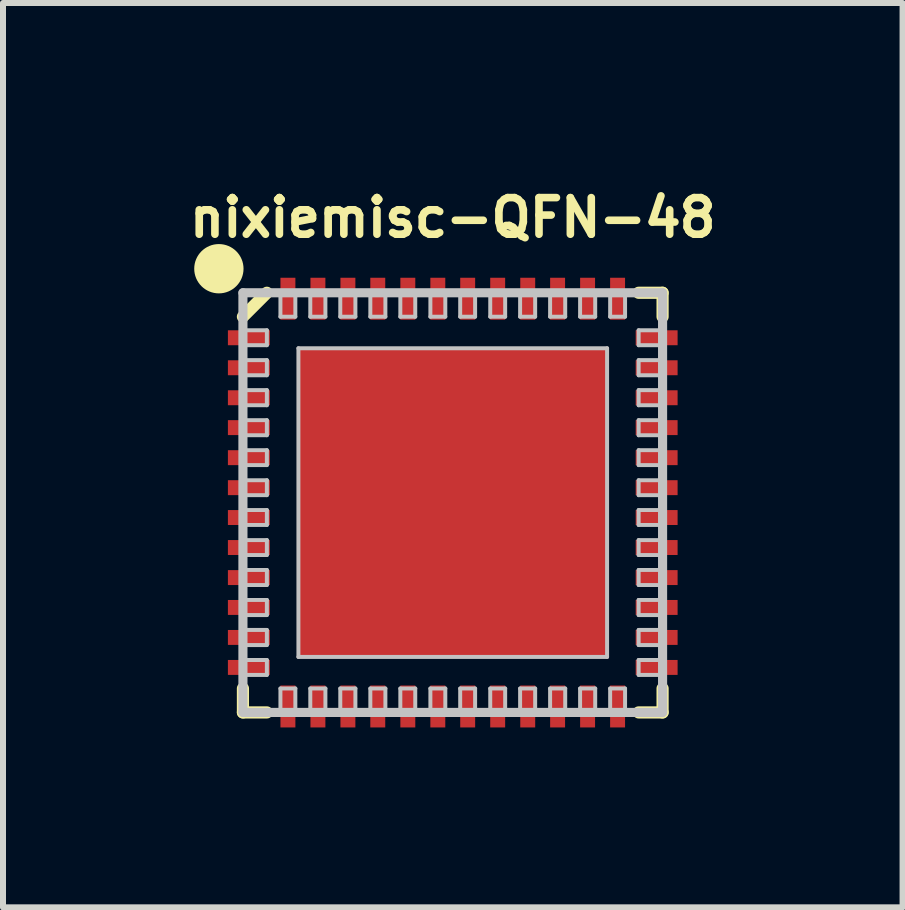
<source format=kicad_pcb>
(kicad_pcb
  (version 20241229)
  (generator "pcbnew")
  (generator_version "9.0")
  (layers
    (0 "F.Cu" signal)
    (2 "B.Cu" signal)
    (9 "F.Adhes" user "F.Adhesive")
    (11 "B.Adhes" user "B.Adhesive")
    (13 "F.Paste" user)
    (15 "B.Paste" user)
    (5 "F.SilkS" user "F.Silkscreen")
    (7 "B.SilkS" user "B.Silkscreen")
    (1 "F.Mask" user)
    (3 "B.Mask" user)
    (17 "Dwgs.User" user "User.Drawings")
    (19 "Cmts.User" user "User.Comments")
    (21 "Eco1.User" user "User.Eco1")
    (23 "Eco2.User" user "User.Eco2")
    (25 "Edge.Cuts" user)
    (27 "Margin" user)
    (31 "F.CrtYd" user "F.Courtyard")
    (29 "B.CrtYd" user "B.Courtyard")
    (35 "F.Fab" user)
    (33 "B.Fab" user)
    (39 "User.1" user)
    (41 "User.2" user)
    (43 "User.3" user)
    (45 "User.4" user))
  (footprint "nixiemisc-QFN-48"
    (layer "F.Cu")
    (at 4.498 5.329)
    (property "Reference" "nixiemisc-QFN-48" (at 0 -4.75 0) (layer "F.SilkS") (effects (font (size 0.61 0.61) (thickness 0.127))))
    (attr smd)
    (fp_line (start -3.498 -3.099) (end -3.099 -3.498) (stroke (width 0.203) (type solid)) (layer "F.SilkS"))
    (fp_line (start -3.498 3.498) (end -3.498 3.099) (stroke (width 0.203) (type solid)) (layer "F.SilkS"))
    (fp_line (start -3.099 3.498) (end -3.498 3.498) (stroke (width 0.203) (type solid)) (layer "F.SilkS"))
    (fp_line (start 3.099 -3.498) (end 3.498 -3.498) (stroke (width 0.203) (type solid)) (layer "F.SilkS"))
    (fp_line (start 3.498 -3.498) (end 3.498 -3.099) (stroke (width 0.203) (type solid)) (layer "F.SilkS"))
    (fp_line (start 3.498 3.099) (end 3.498 3.498) (stroke (width 0.203) (type solid)) (layer "F.SilkS"))
    (fp_line (start 3.498 3.498) (end 3.099 3.498) (stroke (width 0.203) (type solid)) (layer "F.SilkS"))
    (fp_circle (center -3.899 -3.899) (end -3.899 -4.31) (stroke (width 0) (type solid)) (fill yes) (layer "F.SilkS"))
    (fp_line (start -3.498 -3.498) (end -3.498 3.498) (stroke (width 0.152) (type solid)) (layer "Dwgs.User"))
    (fp_line (start -3.498 -2.873) (end -3.099 -2.873) (stroke (width 0.066) (type solid)) (layer "Dwgs.User"))
    (fp_line (start -3.498 -2.624) (end -3.498 -2.873) (stroke (width 0.066) (type solid)) (layer "Dwgs.User"))
    (fp_line (start -3.498 -2.624) (end -3.099 -2.624) (stroke (width 0.066) (type solid)) (layer "Dwgs.User"))
    (fp_line (start -3.498 -2.375) (end -3.099 -2.375) (stroke (width 0.066) (type solid)) (layer "Dwgs.User"))
    (fp_line (start -3.498 -2.123) (end -3.498 -2.375) (stroke (width 0.066) (type solid)) (layer "Dwgs.User"))
    (fp_line (start -3.498 -2.123) (end -3.099 -2.123) (stroke (width 0.066) (type solid)) (layer "Dwgs.User"))
    (fp_line (start -3.498 -1.875) (end -3.099 -1.875) (stroke (width 0.066) (type solid)) (layer "Dwgs.User"))
    (fp_line (start -3.498 -1.623) (end -3.498 -1.875) (stroke (width 0.066) (type solid)) (layer "Dwgs.User"))
    (fp_line (start -3.498 -1.623) (end -3.099 -1.623) (stroke (width 0.066) (type solid)) (layer "Dwgs.User"))
    (fp_line (start -3.498 -1.374) (end -3.099 -1.374) (stroke (width 0.066) (type solid)) (layer "Dwgs.User"))
    (fp_line (start -3.498 -1.123) (end -3.498 -1.374) (stroke (width 0.066) (type solid)) (layer "Dwgs.User"))
    (fp_line (start -3.498 -1.123) (end -3.099 -1.123) (stroke (width 0.066) (type solid)) (layer "Dwgs.User"))
    (fp_line (start -3.498 -0.874) (end -3.099 -0.874) (stroke (width 0.066) (type solid)) (layer "Dwgs.User"))
    (fp_line (start -3.498 -0.625) (end -3.498 -0.874) (stroke (width 0.066) (type solid)) (layer "Dwgs.User"))
    (fp_line (start -3.498 -0.625) (end -3.099 -0.625) (stroke (width 0.066) (type solid)) (layer "Dwgs.User"))
    (fp_line (start -3.498 -0.373) (end -3.099 -0.373) (stroke (width 0.066) (type solid)) (layer "Dwgs.User"))
    (fp_line (start -3.498 -0.124) (end -3.498 -0.373) (stroke (width 0.066) (type solid)) (layer "Dwgs.User"))
    (fp_line (start -3.498 -0.124) (end -3.099 -0.124) (stroke (width 0.066) (type solid)) (layer "Dwgs.User"))
    (fp_line (start -3.498 0.124) (end -3.099 0.124) (stroke (width 0.066) (type solid)) (layer "Dwgs.User"))
    (fp_line (start -3.498 0.373) (end -3.498 0.124) (stroke (width 0.066) (type solid)) (layer "Dwgs.User"))
    (fp_line (start -3.498 0.373) (end -3.099 0.373) (stroke (width 0.066) (type solid)) (layer "Dwgs.User"))
    (fp_line (start -3.498 0.625) (end -3.099 0.625) (stroke (width 0.066) (type solid)) (layer "Dwgs.User"))
    (fp_line (start -3.498 0.874) (end -3.498 0.625) (stroke (width 0.066) (type solid)) (layer "Dwgs.User"))
    (fp_line (start -3.498 0.874) (end -3.099 0.874) (stroke (width 0.066) (type solid)) (layer "Dwgs.User"))
    (fp_line (start -3.498 1.123) (end -3.099 1.123) (stroke (width 0.066) (type solid)) (layer "Dwgs.User"))
    (fp_line (start -3.498 1.374) (end -3.498 1.123) (stroke (width 0.066) (type solid)) (layer "Dwgs.User"))
    (fp_line (start -3.498 1.374) (end -3.099 1.374) (stroke (width 0.066) (type solid)) (layer "Dwgs.User"))
    (fp_line (start -3.498 1.623) (end -3.099 1.623) (stroke (width 0.066) (type solid)) (layer "Dwgs.User"))
    (fp_line (start -3.498 1.875) (end -3.498 1.623) (stroke (width 0.066) (type solid)) (layer "Dwgs.User"))
    (fp_line (start -3.498 1.875) (end -3.099 1.875) (stroke (width 0.066) (type solid)) (layer "Dwgs.User"))
    (fp_line (start -3.498 2.123) (end -3.099 2.123) (stroke (width 0.066) (type solid)) (layer "Dwgs.User"))
    (fp_line (start -3.498 2.375) (end -3.498 2.123) (stroke (width 0.066) (type solid)) (layer "Dwgs.User"))
    (fp_line (start -3.498 2.375) (end -3.099 2.375) (stroke (width 0.066) (type solid)) (layer "Dwgs.User"))
    (fp_line (start -3.498 2.624) (end -3.099 2.624) (stroke (width 0.066) (type solid)) (layer "Dwgs.User"))
    (fp_line (start -3.498 2.873) (end -3.498 2.624) (stroke (width 0.066) (type solid)) (layer "Dwgs.User"))
    (fp_line (start -3.498 2.873) (end -3.099 2.873) (stroke (width 0.066) (type solid)) (layer "Dwgs.User"))
    (fp_line (start -3.498 3.498) (end 3.498 3.498) (stroke (width 0.152) (type solid)) (layer "Dwgs.User"))
    (fp_line (start -3.099 -2.624) (end -3.099 -2.873) (stroke (width 0.066) (type solid)) (layer "Dwgs.User"))
    (fp_line (start -3.099 -2.123) (end -3.099 -2.375) (stroke (width 0.066) (type solid)) (layer "Dwgs.User"))
    (fp_line (start -3.099 -1.623) (end -3.099 -1.875) (stroke (width 0.066) (type solid)) (layer "Dwgs.User"))
    (fp_line (start -3.099 -1.123) (end -3.099 -1.374) (stroke (width 0.066) (type solid)) (layer "Dwgs.User"))
    (fp_line (start -3.099 -0.625) (end -3.099 -0.874) (stroke (width 0.066) (type solid)) (layer "Dwgs.User"))
    (fp_line (start -3.099 -0.124) (end -3.099 -0.373) (stroke (width 0.066) (type solid)) (layer "Dwgs.User"))
    (fp_line (start -3.099 0.373) (end -3.099 0.124) (stroke (width 0.066) (type solid)) (layer "Dwgs.User"))
    (fp_line (start -3.099 0.874) (end -3.099 0.625) (stroke (width 0.066) (type solid)) (layer "Dwgs.User"))
    (fp_line (start -3.099 1.374) (end -3.099 1.123) (stroke (width 0.066) (type solid)) (layer "Dwgs.User"))
    (fp_line (start -3.099 1.875) (end -3.099 1.623) (stroke (width 0.066) (type solid)) (layer "Dwgs.User"))
    (fp_line (start -3.099 2.375) (end -3.099 2.123) (stroke (width 0.066) (type solid)) (layer "Dwgs.User"))
    (fp_line (start -3.099 2.873) (end -3.099 2.624) (stroke (width 0.066) (type solid)) (layer "Dwgs.User"))
    (fp_line (start -2.873 -3.498) (end -2.873 -3.099) (stroke (width 0.066) (type solid)) (layer "Dwgs.User"))
    (fp_line (start -2.873 -3.498) (end -2.624 -3.498) (stroke (width 0.066) (type solid)) (layer "Dwgs.User"))
    (fp_line (start -2.873 -3.099) (end -2.624 -3.099) (stroke (width 0.066) (type solid)) (layer "Dwgs.User"))
    (fp_line (start -2.873 3.498) (end -2.873 3.099) (stroke (width 0.066) (type solid)) (layer "Dwgs.User"))
    (fp_line (start -2.624 -3.498) (end -2.624 -3.099) (stroke (width 0.066) (type solid)) (layer "Dwgs.User"))
    (fp_line (start -2.624 3.099) (end -2.873 3.099) (stroke (width 0.066) (type solid)) (layer "Dwgs.User"))
    (fp_line (start -2.624 3.498) (end -2.873 3.498) (stroke (width 0.066) (type solid)) (layer "Dwgs.User"))
    (fp_line (start -2.624 3.498) (end -2.624 3.099) (stroke (width 0.066) (type solid)) (layer "Dwgs.User"))
    (fp_line (start -2.573 -2.573) (end 2.573 -2.573) (stroke (width 0.066) (type solid)) (layer "Dwgs.User"))
    (fp_line (start -2.573 2.573) (end -2.573 -2.573) (stroke (width 0.066) (type solid)) (layer "Dwgs.User"))
    (fp_line (start -2.573 2.573) (end 2.573 2.573) (stroke (width 0.066) (type solid)) (layer "Dwgs.User"))
    (fp_line (start -2.375 -3.498) (end -2.375 -3.099) (stroke (width 0.066) (type solid)) (layer "Dwgs.User"))
    (fp_line (start -2.375 -3.498) (end -2.123 -3.498) (stroke (width 0.066) (type solid)) (layer "Dwgs.User"))
    (fp_line (start -2.375 -3.099) (end -2.123 -3.099) (stroke (width 0.066) (type solid)) (layer "Dwgs.User"))
    (fp_line (start -2.375 3.498) (end -2.375 3.099) (stroke (width 0.066) (type solid)) (layer "Dwgs.User"))
    (fp_line (start -2.123 -3.498) (end -2.123 -3.099) (stroke (width 0.066) (type solid)) (layer "Dwgs.User"))
    (fp_line (start -2.123 3.099) (end -2.375 3.099) (stroke (width 0.066) (type solid)) (layer "Dwgs.User"))
    (fp_line (start -2.123 3.498) (end -2.375 3.498) (stroke (width 0.066) (type solid)) (layer "Dwgs.User"))
    (fp_line (start -2.123 3.498) (end -2.123 3.099) (stroke (width 0.066) (type solid)) (layer "Dwgs.User"))
    (fp_line (start -1.875 -3.498) (end -1.875 -3.099) (stroke (width 0.066) (type solid)) (layer "Dwgs.User"))
    (fp_line (start -1.875 -3.498) (end -1.623 -3.498) (stroke (width 0.066) (type solid)) (layer "Dwgs.User"))
    (fp_line (start -1.875 -3.099) (end -1.623 -3.099) (stroke (width 0.066) (type solid)) (layer "Dwgs.User"))
    (fp_line (start -1.875 3.498) (end -1.875 3.099) (stroke (width 0.066) (type solid)) (layer "Dwgs.User"))
    (fp_line (start -1.623 -3.498) (end -1.623 -3.099) (stroke (width 0.066) (type solid)) (layer "Dwgs.User"))
    (fp_line (start -1.623 3.099) (end -1.875 3.099) (stroke (width 0.066) (type solid)) (layer "Dwgs.User"))
    (fp_line (start -1.623 3.498) (end -1.875 3.498) (stroke (width 0.066) (type solid)) (layer "Dwgs.User"))
    (fp_line (start -1.623 3.498) (end -1.623 3.099) (stroke (width 0.066) (type solid)) (layer "Dwgs.User"))
    (fp_line (start -1.374 -3.498) (end -1.374 -3.099) (stroke (width 0.066) (type solid)) (layer "Dwgs.User"))
    (fp_line (start -1.374 -3.498) (end -1.123 -3.498) (stroke (width 0.066) (type solid)) (layer "Dwgs.User"))
    (fp_line (start -1.374 -3.099) (end -1.123 -3.099) (stroke (width 0.066) (type solid)) (layer "Dwgs.User"))
    (fp_line (start -1.374 3.498) (end -1.374 3.099) (stroke (width 0.066) (type solid)) (layer "Dwgs.User"))
    (fp_line (start -1.123 -3.498) (end -1.123 -3.099) (stroke (width 0.066) (type solid)) (layer "Dwgs.User"))
    (fp_line (start -1.123 3.099) (end -1.374 3.099) (stroke (width 0.066) (type solid)) (layer "Dwgs.User"))
    (fp_line (start -1.123 3.498) (end -1.374 3.498) (stroke (width 0.066) (type solid)) (layer "Dwgs.User"))
    (fp_line (start -1.123 3.498) (end -1.123 3.099) (stroke (width 0.066) (type solid)) (layer "Dwgs.User"))
    (fp_line (start -0.874 -3.498) (end -0.874 -3.099) (stroke (width 0.066) (type solid)) (layer "Dwgs.User"))
    (fp_line (start -0.874 -3.498) (end -0.625 -3.498) (stroke (width 0.066) (type solid)) (layer "Dwgs.User"))
    (fp_line (start -0.874 -3.099) (end -0.625 -3.099) (stroke (width 0.066) (type solid)) (layer "Dwgs.User"))
    (fp_line (start -0.874 3.498) (end -0.874 3.099) (stroke (width 0.066) (type solid)) (layer "Dwgs.User"))
    (fp_line (start -0.625 -3.498) (end -0.625 -3.099) (stroke (width 0.066) (type solid)) (layer "Dwgs.User"))
    (fp_line (start -0.625 3.099) (end -0.874 3.099) (stroke (width 0.066) (type solid)) (layer "Dwgs.User"))
    (fp_line (start -0.625 3.498) (end -0.874 3.498) (stroke (width 0.066) (type solid)) (layer "Dwgs.User"))
    (fp_line (start -0.625 3.498) (end -0.625 3.099) (stroke (width 0.066) (type solid)) (layer "Dwgs.User"))
    (fp_line (start -0.373 -3.498) (end -0.373 -3.099) (stroke (width 0.066) (type solid)) (layer "Dwgs.User"))
    (fp_line (start -0.373 -3.498) (end -0.124 -3.498) (stroke (width 0.066) (type solid)) (layer "Dwgs.User"))
    (fp_line (start -0.373 -3.099) (end -0.124 -3.099) (stroke (width 0.066) (type solid)) (layer "Dwgs.User"))
    (fp_line (start -0.373 3.498) (end -0.373 3.099) (stroke (width 0.066) (type solid)) (layer "Dwgs.User"))
    (fp_line (start -0.124 -3.498) (end -0.124 -3.099) (stroke (width 0.066) (type solid)) (layer "Dwgs.User"))
    (fp_line (start -0.124 3.099) (end -0.373 3.099) (stroke (width 0.066) (type solid)) (layer "Dwgs.User"))
    (fp_line (start -0.124 3.498) (end -0.373 3.498) (stroke (width 0.066) (type solid)) (layer "Dwgs.User"))
    (fp_line (start -0.124 3.498) (end -0.124 3.099) (stroke (width 0.066) (type solid)) (layer "Dwgs.User"))
    (fp_line (start 0.124 -3.498) (end 0.124 -3.099) (stroke (width 0.066) (type solid)) (layer "Dwgs.User"))
    (fp_line (start 0.124 -3.498) (end 0.373 -3.498) (stroke (width 0.066) (type solid)) (layer "Dwgs.User"))
    (fp_line (start 0.124 -3.099) (end 0.373 -3.099) (stroke (width 0.066) (type solid)) (layer "Dwgs.User"))
    (fp_line (start 0.124 3.498) (end 0.124 3.099) (stroke (width 0.066) (type solid)) (layer "Dwgs.User"))
    (fp_line (start 0.373 -3.498) (end 0.373 -3.099) (stroke (width 0.066) (type solid)) (layer "Dwgs.User"))
    (fp_line (start 0.373 3.099) (end 0.124 3.099) (stroke (width 0.066) (type solid)) (layer "Dwgs.User"))
    (fp_line (start 0.373 3.498) (end 0.124 3.498) (stroke (width 0.066) (type solid)) (layer "Dwgs.User"))
    (fp_line (start 0.373 3.498) (end 0.373 3.099) (stroke (width 0.066) (type solid)) (layer "Dwgs.User"))
    (fp_line (start 0.625 -3.498) (end 0.625 -3.099) (stroke (width 0.066) (type solid)) (layer "Dwgs.User"))
    (fp_line (start 0.625 -3.498) (end 0.874 -3.498) (stroke (width 0.066) (type solid)) (layer "Dwgs.User"))
    (fp_line (start 0.625 -3.099) (end 0.874 -3.099) (stroke (width 0.066) (type solid)) (layer "Dwgs.User"))
    (fp_line (start 0.625 3.498) (end 0.625 3.099) (stroke (width 0.066) (type solid)) (layer "Dwgs.User"))
    (fp_line (start 0.874 -3.498) (end 0.874 -3.099) (stroke (width 0.066) (type solid)) (layer "Dwgs.User"))
    (fp_line (start 0.874 3.099) (end 0.625 3.099) (stroke (width 0.066) (type solid)) (layer "Dwgs.User"))
    (fp_line (start 0.874 3.498) (end 0.625 3.498) (stroke (width 0.066) (type solid)) (layer "Dwgs.User"))
    (fp_line (start 0.874 3.498) (end 0.874 3.099) (stroke (width 0.066) (type solid)) (layer "Dwgs.User"))
    (fp_line (start 1.123 -3.498) (end 1.123 -3.099) (stroke (width 0.066) (type solid)) (layer "Dwgs.User"))
    (fp_line (start 1.123 -3.498) (end 1.374 -3.498) (stroke (width 0.066) (type solid)) (layer "Dwgs.User"))
    (fp_line (start 1.123 -3.099) (end 1.374 -3.099) (stroke (width 0.066) (type solid)) (layer "Dwgs.User"))
    (fp_line (start 1.123 3.498) (end 1.123 3.099) (stroke (width 0.066) (type solid)) (layer "Dwgs.User"))
    (fp_line (start 1.374 -3.498) (end 1.374 -3.099) (stroke (width 0.066) (type solid)) (layer "Dwgs.User"))
    (fp_line (start 1.374 3.099) (end 1.123 3.099) (stroke (width 0.066) (type solid)) (layer "Dwgs.User"))
    (fp_line (start 1.374 3.498) (end 1.123 3.498) (stroke (width 0.066) (type solid)) (layer "Dwgs.User"))
    (fp_line (start 1.374 3.498) (end 1.374 3.099) (stroke (width 0.066) (type solid)) (layer "Dwgs.User"))
    (fp_line (start 1.623 -3.498) (end 1.623 -3.099) (stroke (width 0.066) (type solid)) (layer "Dwgs.User"))
    (fp_line (start 1.623 -3.498) (end 1.875 -3.498) (stroke (width 0.066) (type solid)) (layer "Dwgs.User"))
    (fp_line (start 1.623 -3.099) (end 1.875 -3.099) (stroke (width 0.066) (type solid)) (layer "Dwgs.User"))
    (fp_line (start 1.623 3.498) (end 1.623 3.099) (stroke (width 0.066) (type solid)) (layer "Dwgs.User"))
    (fp_line (start 1.875 -3.498) (end 1.875 -3.099) (stroke (width 0.066) (type solid)) (layer "Dwgs.User"))
    (fp_line (start 1.875 3.099) (end 1.623 3.099) (stroke (width 0.066) (type solid)) (layer "Dwgs.User"))
    (fp_line (start 1.875 3.498) (end 1.623 3.498) (stroke (width 0.066) (type solid)) (layer "Dwgs.User"))
    (fp_line (start 1.875 3.498) (end 1.875 3.099) (stroke (width 0.066) (type solid)) (layer "Dwgs.User"))
    (fp_line (start 2.123 -3.498) (end 2.123 -3.099) (stroke (width 0.066) (type solid)) (layer "Dwgs.User"))
    (fp_line (start 2.123 -3.498) (end 2.375 -3.498) (stroke (width 0.066) (type solid)) (layer "Dwgs.User"))
    (fp_line (start 2.123 -3.099) (end 2.375 -3.099) (stroke (width 0.066) (type solid)) (layer "Dwgs.User"))
    (fp_line (start 2.123 3.498) (end 2.123 3.099) (stroke (width 0.066) (type solid)) (layer "Dwgs.User"))
    (fp_line (start 2.375 -3.498) (end 2.375 -3.099) (stroke (width 0.066) (type solid)) (layer "Dwgs.User"))
    (fp_line (start 2.375 3.099) (end 2.123 3.099) (stroke (width 0.066) (type solid)) (layer "Dwgs.User"))
    (fp_line (start 2.375 3.498) (end 2.123 3.498) (stroke (width 0.066) (type solid)) (layer "Dwgs.User"))
    (fp_line (start 2.375 3.498) (end 2.375 3.099) (stroke (width 0.066) (type solid)) (layer "Dwgs.User"))
    (fp_line (start 2.573 2.573) (end 2.573 -2.573) (stroke (width 0.066) (type solid)) (layer "Dwgs.User"))
    (fp_line (start 2.624 -3.498) (end 2.624 -3.099) (stroke (width 0.066) (type solid)) (layer "Dwgs.User"))
    (fp_line (start 2.624 -3.498) (end 2.873 -3.498) (stroke (width 0.066) (type solid)) (layer "Dwgs.User"))
    (fp_line (start 2.624 -3.099) (end 2.873 -3.099) (stroke (width 0.066) (type solid)) (layer "Dwgs.User"))
    (fp_line (start 2.624 3.498) (end 2.624 3.099) (stroke (width 0.066) (type solid)) (layer "Dwgs.User"))
    (fp_line (start 2.873 -3.498) (end 2.873 -3.099) (stroke (width 0.066) (type solid)) (layer "Dwgs.User"))
    (fp_line (start 2.873 3.099) (end 2.624 3.099) (stroke (width 0.066) (type solid)) (layer "Dwgs.User"))
    (fp_line (start 2.873 3.498) (end 2.624 3.498) (stroke (width 0.066) (type solid)) (layer "Dwgs.User"))
    (fp_line (start 2.873 3.498) (end 2.873 3.099) (stroke (width 0.066) (type solid)) (layer "Dwgs.User"))
    (fp_line (start 3.099 -2.873) (end 3.099 -2.624) (stroke (width 0.066) (type solid)) (layer "Dwgs.User"))
    (fp_line (start 3.099 -2.375) (end 3.099 -2.123) (stroke (width 0.066) (type solid)) (layer "Dwgs.User"))
    (fp_line (start 3.099 -1.875) (end 3.099 -1.623) (stroke (width 0.066) (type solid)) (layer "Dwgs.User"))
    (fp_line (start 3.099 -1.374) (end 3.099 -1.123) (stroke (width 0.066) (type solid)) (layer "Dwgs.User"))
    (fp_line (start 3.099 -0.874) (end 3.099 -0.625) (stroke (width 0.066) (type solid)) (layer "Dwgs.User"))
    (fp_line (start 3.099 -0.373) (end 3.099 -0.124) (stroke (width 0.066) (type solid)) (layer "Dwgs.User"))
    (fp_line (start 3.099 0.124) (end 3.099 0.373) (stroke (width 0.066) (type solid)) (layer "Dwgs.User"))
    (fp_line (start 3.099 0.625) (end 3.099 0.874) (stroke (width 0.066) (type solid)) (layer "Dwgs.User"))
    (fp_line (start 3.099 1.123) (end 3.099 1.374) (stroke (width 0.066) (type solid)) (layer "Dwgs.User"))
    (fp_line (start 3.099 1.623) (end 3.099 1.875) (stroke (width 0.066) (type solid)) (layer "Dwgs.User"))
    (fp_line (start 3.099 2.123) (end 3.099 2.375) (stroke (width 0.066) (type solid)) (layer "Dwgs.User"))
    (fp_line (start 3.099 2.624) (end 3.099 2.873) (stroke (width 0.066) (type solid)) (layer "Dwgs.User"))
    (fp_line (start 3.498 -3.498) (end -3.498 -3.498) (stroke (width 0.152) (type solid)) (layer "Dwgs.User"))
    (fp_line (start 3.498 -2.873) (end 3.099 -2.873) (stroke (width 0.066) (type solid)) (layer "Dwgs.User"))
    (fp_line (start 3.498 -2.873) (end 3.498 -2.624) (stroke (width 0.066) (type solid)) (layer "Dwgs.User"))
    (fp_line (start 3.498 -2.624) (end 3.099 -2.624) (stroke (width 0.066) (type solid)) (layer "Dwgs.User"))
    (fp_line (start 3.498 -2.375) (end 3.099 -2.375) (stroke (width 0.066) (type solid)) (layer "Dwgs.User"))
    (fp_line (start 3.498 -2.375) (end 3.498 -2.123) (stroke (width 0.066) (type solid)) (layer "Dwgs.User"))
    (fp_line (start 3.498 -2.123) (end 3.099 -2.123) (stroke (width 0.066) (type solid)) (layer "Dwgs.User"))
    (fp_line (start 3.498 -1.875) (end 3.099 -1.875) (stroke (width 0.066) (type solid)) (layer "Dwgs.User"))
    (fp_line (start 3.498 -1.875) (end 3.498 -1.623) (stroke (width 0.066) (type solid)) (layer "Dwgs.User"))
    (fp_line (start 3.498 -1.623) (end 3.099 -1.623) (stroke (width 0.066) (type solid)) (layer "Dwgs.User"))
    (fp_line (start 3.498 -1.374) (end 3.099 -1.374) (stroke (width 0.066) (type solid)) (layer "Dwgs.User"))
    (fp_line (start 3.498 -1.374) (end 3.498 -1.123) (stroke (width 0.066) (type solid)) (layer "Dwgs.User"))
    (fp_line (start 3.498 -1.123) (end 3.099 -1.123) (stroke (width 0.066) (type solid)) (layer "Dwgs.User"))
    (fp_line (start 3.498 -0.874) (end 3.099 -0.874) (stroke (width 0.066) (type solid)) (layer "Dwgs.User"))
    (fp_line (start 3.498 -0.874) (end 3.498 -0.625) (stroke (width 0.066) (type solid)) (layer "Dwgs.User"))
    (fp_line (start 3.498 -0.625) (end 3.099 -0.625) (stroke (width 0.066) (type solid)) (layer "Dwgs.User"))
    (fp_line (start 3.498 -0.373) (end 3.099 -0.373) (stroke (width 0.066) (type solid)) (layer "Dwgs.User"))
    (fp_line (start 3.498 -0.373) (end 3.498 -0.124) (stroke (width 0.066) (type solid)) (layer "Dwgs.User"))
    (fp_line (start 3.498 -0.124) (end 3.099 -0.124) (stroke (width 0.066) (type solid)) (layer "Dwgs.User"))
    (fp_line (start 3.498 0.124) (end 3.099 0.124) (stroke (width 0.066) (type solid)) (layer "Dwgs.User"))
    (fp_line (start 3.498 0.124) (end 3.498 0.373) (stroke (width 0.066) (type solid)) (layer "Dwgs.User"))
    (fp_line (start 3.498 0.373) (end 3.099 0.373) (stroke (width 0.066) (type solid)) (layer "Dwgs.User"))
    (fp_line (start 3.498 0.625) (end 3.099 0.625) (stroke (width 0.066) (type solid)) (layer "Dwgs.User"))
    (fp_line (start 3.498 0.625) (end 3.498 0.874) (stroke (width 0.066) (type solid)) (layer "Dwgs.User"))
    (fp_line (start 3.498 0.874) (end 3.099 0.874) (stroke (width 0.066) (type solid)) (layer "Dwgs.User"))
    (fp_line (start 3.498 1.123) (end 3.099 1.123) (stroke (width 0.066) (type solid)) (layer "Dwgs.User"))
    (fp_line (start 3.498 1.123) (end 3.498 1.374) (stroke (width 0.066) (type solid)) (layer "Dwgs.User"))
    (fp_line (start 3.498 1.374) (end 3.099 1.374) (stroke (width 0.066) (type solid)) (layer "Dwgs.User"))
    (fp_line (start 3.498 1.623) (end 3.099 1.623) (stroke (width 0.066) (type solid)) (layer "Dwgs.User"))
    (fp_line (start 3.498 1.623) (end 3.498 1.875) (stroke (width 0.066) (type solid)) (layer "Dwgs.User"))
    (fp_line (start 3.498 1.875) (end 3.099 1.875) (stroke (width 0.066) (type solid)) (layer "Dwgs.User"))
    (fp_line (start 3.498 2.123) (end 3.099 2.123) (stroke (width 0.066) (type solid)) (layer "Dwgs.User"))
    (fp_line (start 3.498 2.123) (end 3.498 2.375) (stroke (width 0.066) (type solid)) (layer "Dwgs.User"))
    (fp_line (start 3.498 2.375) (end 3.099 2.375) (stroke (width 0.066) (type solid)) (layer "Dwgs.User"))
    (fp_line (start 3.498 2.624) (end 3.099 2.624) (stroke (width 0.066) (type solid)) (layer "Dwgs.User"))
    (fp_line (start 3.498 2.624) (end 3.498 2.873) (stroke (width 0.066) (type solid)) (layer "Dwgs.User"))
    (fp_line (start 3.498 2.873) (end 3.099 2.873) (stroke (width 0.066) (type solid)) (layer "Dwgs.User"))
    (fp_line (start 3.498 3.498) (end 3.498 -3.498) (stroke (width 0.152) (type solid)) (layer "Dwgs.User"))
    (pad "1" smd rect (at -3.399 -2.748) (size 0.699 0.249) (layers "F.Cu" "F.Mask" "F.Paste"))
    (pad "2" smd rect (at -3.399 -2.248) (size 0.699 0.249) (layers "F.Cu" "F.Mask" "F.Paste"))
    (pad "3" smd rect (at -3.399 -1.748) (size 0.699 0.249) (layers "F.Cu" "F.Mask" "F.Paste"))
    (pad "4" smd rect (at -3.399 -1.25) (size 0.699 0.249) (layers "F.Cu" "F.Mask" "F.Paste"))
    (pad "5" smd rect (at -3.399 -0.749) (size 0.699 0.249) (layers "F.Cu" "F.Mask" "F.Paste"))
    (pad "6" smd rect (at -3.399 -0.249) (size 0.699 0.249) (layers "F.Cu" "F.Mask" "F.Paste"))
    (pad "7" smd rect (at -3.399 0.249) (size 0.699 0.249) (layers "F.Cu" "F.Mask" "F.Paste"))
    (pad "8" smd rect (at -3.399 0.749) (size 0.699 0.249) (layers "F.Cu" "F.Mask" "F.Paste"))
    (pad "9" smd rect (at -3.399 1.25) (size 0.699 0.249) (layers "F.Cu" "F.Mask" "F.Paste"))
    (pad "10" smd rect (at -3.399 1.748) (size 0.699 0.249) (layers "F.Cu" "F.Mask" "F.Paste"))
    (pad "11" smd rect (at -3.399 2.248) (size 0.699 0.249) (layers "F.Cu" "F.Mask" "F.Paste"))
    (pad "12" smd rect (at -3.399 2.748) (size 0.699 0.249) (layers "F.Cu" "F.Mask" "F.Paste"))
    (pad "13" smd rect (at -2.748 3.399 90) (size 0.699 0.249) (layers "F.Cu" "F.Mask" "F.Paste"))
    (pad "14" smd rect (at -2.248 3.399 90) (size 0.699 0.249) (layers "F.Cu" "F.Mask" "F.Paste"))
    (pad "15" smd rect (at -1.748 3.399 90) (size 0.699 0.249) (layers "F.Cu" "F.Mask" "F.Paste"))
    (pad "16" smd rect (at -1.25 3.399 90) (size 0.699 0.249) (layers "F.Cu" "F.Mask" "F.Paste"))
    (pad "17" smd rect (at -0.749 3.399 90) (size 0.699 0.249) (layers "F.Cu" "F.Mask" "F.Paste"))
    (pad "18" smd rect (at -0.249 3.399 90) (size 0.699 0.249) (layers "F.Cu" "F.Mask" "F.Paste"))
    (pad "19" smd rect (at 0.249 3.399 90) (size 0.699 0.249) (layers "F.Cu" "F.Mask" "F.Paste"))
    (pad "20" smd rect (at 0.749 3.399 90) (size 0.699 0.249) (layers "F.Cu" "F.Mask" "F.Paste"))
    (pad "21" smd rect (at 1.25 3.399 90) (size 0.699 0.249) (layers "F.Cu" "F.Mask" "F.Paste"))
    (pad "22" smd rect (at 1.748 3.399 90) (size 0.699 0.249) (layers "F.Cu" "F.Mask" "F.Paste"))
    (pad "23" smd rect (at 2.248 3.399 90) (size 0.699 0.249) (layers "F.Cu" "F.Mask" "F.Paste"))
    (pad "24" smd rect (at 2.748 3.399 90) (size 0.699 0.249) (layers "F.Cu" "F.Mask" "F.Paste"))
    (pad "25" smd rect (at 3.399 2.748 180) (size 0.699 0.249) (layers "F.Cu" "F.Mask" "F.Paste"))
    (pad "26" smd rect (at 3.399 2.248 180) (size 0.699 0.249) (layers "F.Cu" "F.Mask" "F.Paste"))
    (pad "27" smd rect (at 3.399 1.748 180) (size 0.699 0.249) (layers "F.Cu" "F.Mask" "F.Paste"))
    (pad "28" smd rect (at 3.399 1.25 180) (size 0.699 0.249) (layers "F.Cu" "F.Mask" "F.Paste"))
    (pad "29" smd rect (at 3.399 0.749 180) (size 0.699 0.249) (layers "F.Cu" "F.Mask" "F.Paste"))
    (pad "30" smd rect (at 3.399 0.249 180) (size 0.699 0.249) (layers "F.Cu" "F.Mask" "F.Paste"))
    (pad "31" smd rect (at 3.399 -0.249 180) (size 0.699 0.249) (layers "F.Cu" "F.Mask" "F.Paste"))
    (pad "32" smd rect (at 3.399 -0.749 180) (size 0.699 0.249) (layers "F.Cu" "F.Mask" "F.Paste"))
    (pad "33" smd rect (at 3.399 -1.25 180) (size 0.699 0.249) (layers "F.Cu" "F.Mask" "F.Paste"))
    (pad "34" smd rect (at 3.399 -1.748 180) (size 0.699 0.249) (layers "F.Cu" "F.Mask" "F.Paste"))
    (pad "35" smd rect (at 3.399 -2.248 180) (size 0.699 0.249) (layers "F.Cu" "F.Mask" "F.Paste"))
    (pad "36" smd rect (at 3.399 -2.748 180) (size 0.699 0.249) (layers "F.Cu" "F.Mask" "F.Paste"))
    (pad "37" smd rect (at 2.748 -3.399 270) (size 0.699 0.249) (layers "F.Cu" "F.Mask" "F.Paste"))
    (pad "38" smd rect (at 2.248 -3.399 270) (size 0.699 0.249) (layers "F.Cu" "F.Mask" "F.Paste"))
    (pad "39" smd rect (at 1.748 -3.399 270) (size 0.699 0.249) (layers "F.Cu" "F.Mask" "F.Paste"))
    (pad "40" smd rect (at 1.25 -3.399 270) (size 0.699 0.249) (layers "F.Cu" "F.Mask" "F.Paste"))
    (pad "41" smd rect (at 0.749 -3.399 270) (size 0.699 0.249) (layers "F.Cu" "F.Mask" "F.Paste"))
    (pad "42" smd rect (at 0.249 -3.399 270) (size 0.699 0.249) (layers "F.Cu" "F.Mask" "F.Paste"))
    (pad "43" smd rect (at -0.249 -3.399 270) (size 0.699 0.249) (layers "F.Cu" "F.Mask" "F.Paste"))
    (pad "44" smd rect (at -0.749 -3.399 270) (size 0.699 0.249) (layers "F.Cu" "F.Mask" "F.Paste"))
    (pad "45" smd rect (at -1.25 -3.399 270) (size 0.699 0.249) (layers "F.Cu" "F.Mask" "F.Paste"))
    (pad "46" smd rect (at -1.748 -3.399 270) (size 0.699 0.249) (layers "F.Cu" "F.Mask" "F.Paste"))
    (pad "47" smd rect (at -2.248 -3.399 270) (size 0.699 0.249) (layers "F.Cu" "F.Mask" "F.Paste"))
    (pad "48" smd rect (at -2.748 -3.399 270) (size 0.699 0.249) (layers "F.Cu" "F.Mask" "F.Paste"))
    (pad "49" smd rect (at 0 0) (size 5.149 5.149) (layers "F.Cu" "F.Mask" "F.Paste")))
  (gr_rect
    (start -3 -3)
    (end 11.997 12.077)
    (stroke (width 0.1) (type default))
    (fill no)
    (layer "Edge.Cuts")))
</source>
